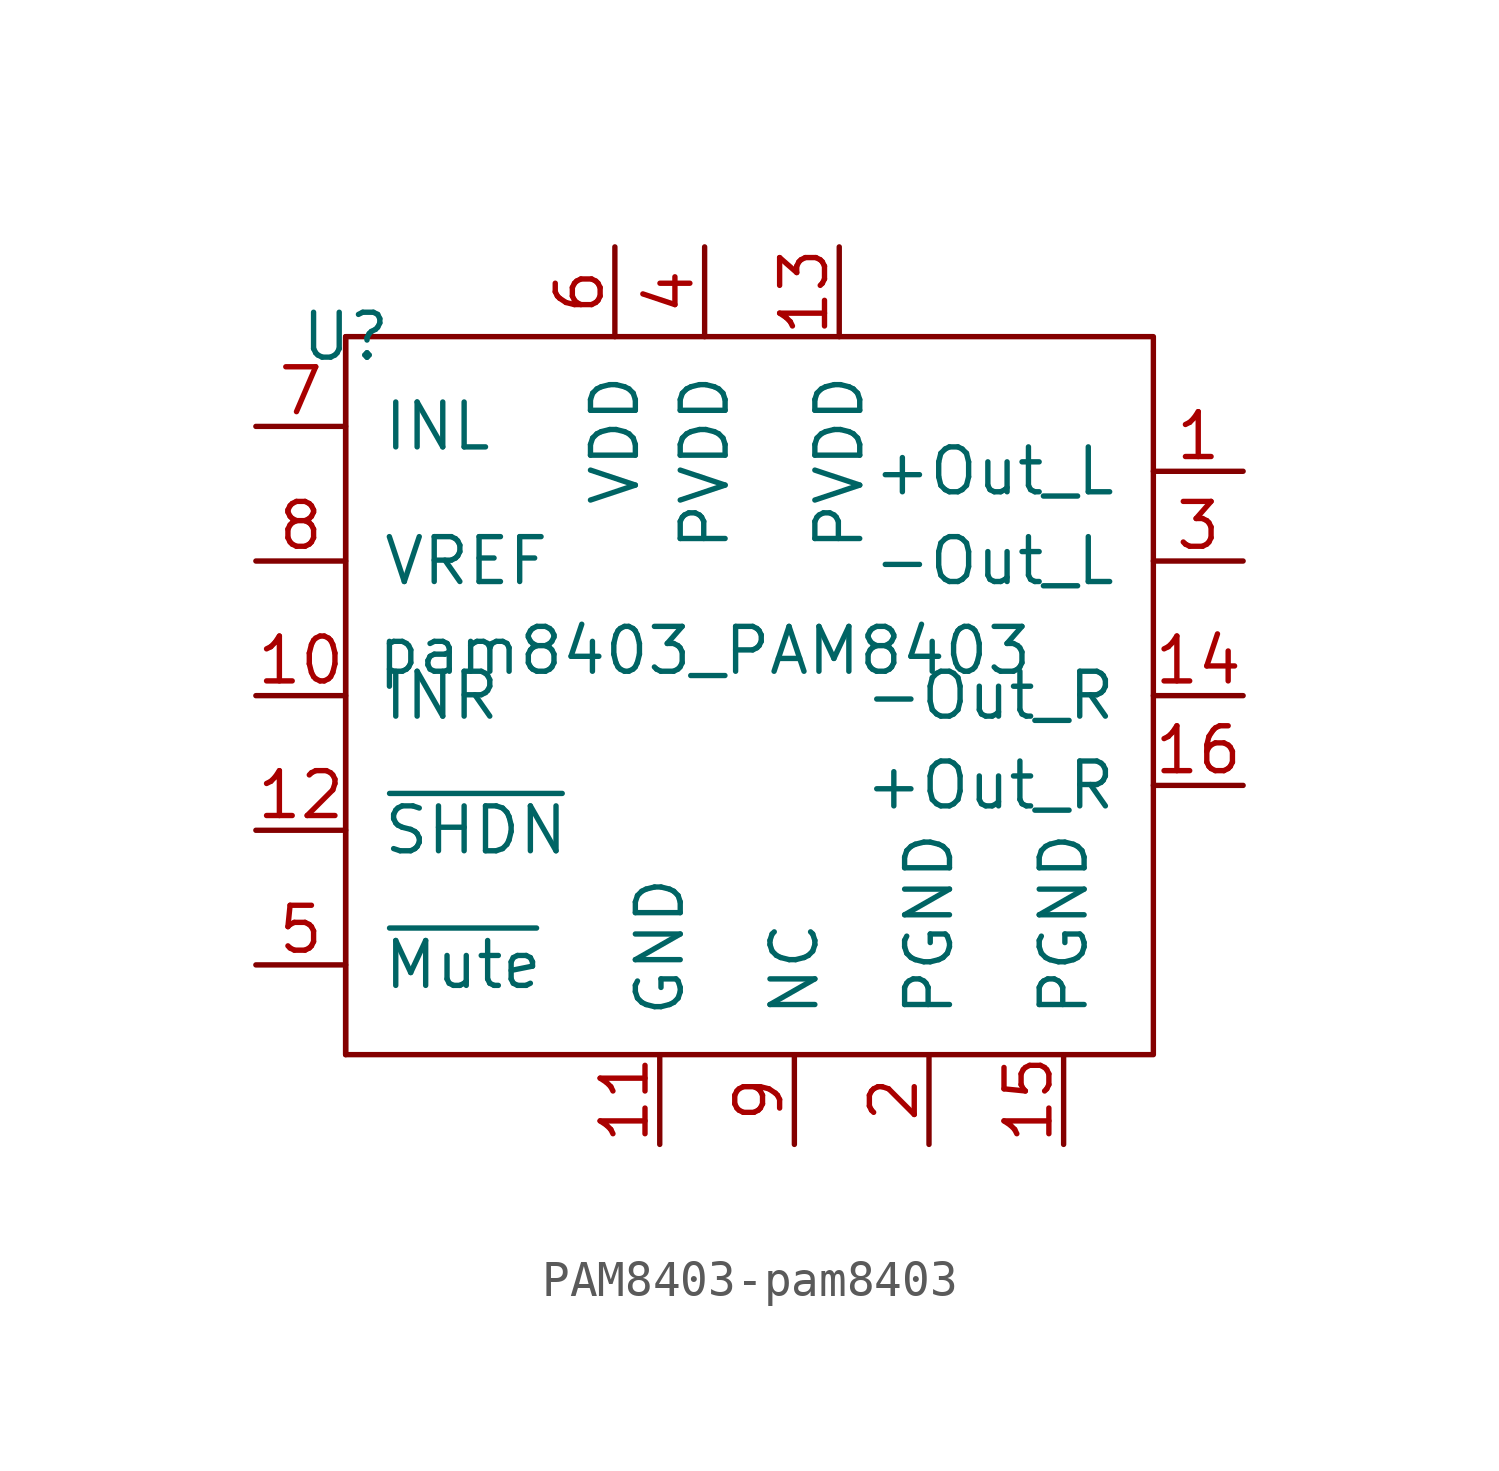
<source format=kicad_sym>
(kicad_symbol_lib
  (version 20220914)
  (generator kicad_symbol_editor)
  (symbol "PAM8403-pam8403"
    (pin_names
      (offset 1.016))
    (property "Reference" "U"
      (at 10.16 -2.54 0)
      (effects (font (size 1.27 1.27))))
    (property "Value" "pam8403_PAM8403"
      (at 20.32 -11.43 0)
      (effects (font (size 1.27 1.27))))
    (symbol "PAM8403-pam8403_0_1"
      (rectangle (start 10.16 -2.54) (end 10.16 -22.86) (stroke (width 0) (type solid)) (fill (type none)))
      (rectangle (start 10.16 -2.54) (end 33.02 -22.86) (stroke (width 0) (type solid)) (fill (type none))))
    (symbol "PAM8403-pam8403_1_1"
      (pin output line (at 35.56 -6.35 180) (length 2.54) (name "+Out_L" (effects (font (size 1.27 1.27)))) (number "1" (effects (font (size 1.27 1.27)))))
      (pin input line (at 7.62 -12.7 0) (length 2.54) (name "INR" (effects (font (size 1.27 1.27)))) (number "10" (effects (font (size 1.27 1.27)))))
      (pin power_out line (at 19.05 -25.4 90) (length 2.54) (name "GND" (effects (font (size 1.27 1.27)))) (number "11" (effects (font (size 1.27 1.27)))))
      (pin input line (at 7.62 -16.51 0) (length 2.54) (name "~{SHDN}" (effects (font (size 1.27 1.27)))) (number "12" (effects (font (size 1.27 1.27)))))
      (pin power_in line (at 24.13 0 270) (length 2.54) (name "PVDD" (effects (font (size 1.27 1.27)))) (number "13" (effects (font (size 1.27 1.27)))))
      (pin output line (at 35.56 -12.7 180) (length 2.54) (name "-Out_R" (effects (font (size 1.27 1.27)))) (number "14" (effects (font (size 1.27 1.27)))))
      (pin power_out line (at 30.48 -25.4 90) (length 2.54) (name "PGND" (effects (font (size 1.27 1.27)))) (number "15" (effects (font (size 1.27 1.27)))))
      (pin output line (at 35.56 -15.24 180) (length 2.54) (name "+Out_R" (effects (font (size 1.27 1.27)))) (number "16" (effects (font (size 1.27 1.27)))))
      (pin power_out line (at 26.67 -25.4 90) (length 2.54) (name "PGND" (effects (font (size 1.27 1.27)))) (number "2" (effects (font (size 1.27 1.27)))))
      (pin output line (at 35.56 -8.89 180) (length 2.54) (name "-Out_L" (effects (font (size 1.27 1.27)))) (number "3" (effects (font (size 1.27 1.27)))))
      (pin power_in line (at 20.32 0 270) (length 2.54) (name "PVDD" (effects (font (size 1.27 1.27)))) (number "4" (effects (font (size 1.27 1.27)))))
      (pin input line (at 7.62 -20.32 0) (length 2.54) (name "~{Mute}" (effects (font (size 1.27 1.27)))) (number "5" (effects (font (size 1.27 1.27)))))
      (pin power_in line (at 17.78 0 270) (length 2.54) (name "VDD" (effects (font (size 1.27 1.27)))) (number "6" (effects (font (size 1.27 1.27)))))
      (pin input line (at 7.62 -5.08 0) (length 2.54) (name "INL" (effects (font (size 1.27 1.27)))) (number "7" (effects (font (size 1.27 1.27)))))
      (pin output line (at 7.62 -8.89 0) (length 2.54) (name "VREF" (effects (font (size 1.27 1.27)))) (number "8" (effects (font (size 1.27 1.27)))))
      (pin power_out line (at 22.86 -25.4 90) (length 2.54) (name "NC" (effects (font (size 1.27 1.27)))) (number "9" (effects (font (size 1.27 1.27))))))))
</source>
